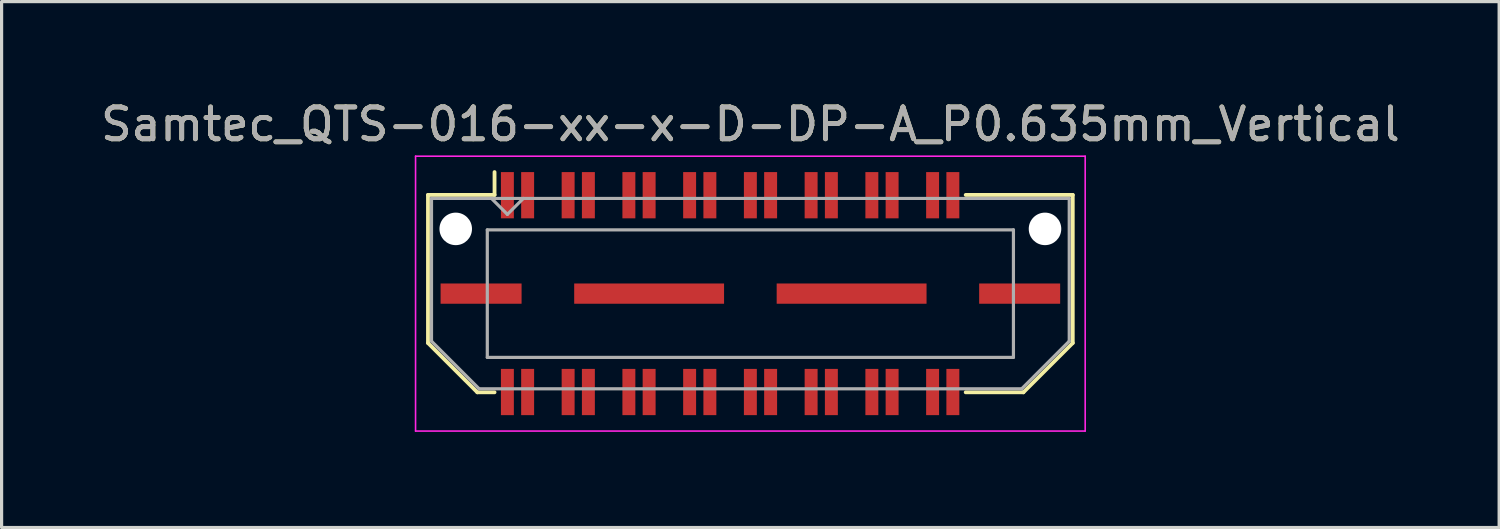
<source format=kicad_pcb>
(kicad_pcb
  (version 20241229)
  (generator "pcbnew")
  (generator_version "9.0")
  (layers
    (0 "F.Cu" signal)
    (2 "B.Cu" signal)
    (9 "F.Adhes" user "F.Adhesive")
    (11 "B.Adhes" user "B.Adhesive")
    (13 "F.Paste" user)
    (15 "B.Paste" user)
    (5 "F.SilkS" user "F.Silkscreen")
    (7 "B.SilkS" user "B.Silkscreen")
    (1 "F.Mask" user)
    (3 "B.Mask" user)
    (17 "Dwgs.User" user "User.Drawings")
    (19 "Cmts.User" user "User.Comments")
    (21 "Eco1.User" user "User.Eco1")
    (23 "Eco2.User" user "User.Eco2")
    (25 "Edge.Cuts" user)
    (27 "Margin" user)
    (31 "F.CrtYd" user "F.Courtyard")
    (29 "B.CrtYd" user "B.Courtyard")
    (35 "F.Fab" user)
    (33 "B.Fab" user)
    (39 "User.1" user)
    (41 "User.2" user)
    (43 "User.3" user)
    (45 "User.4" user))
  (footprint "Samtec_QTS-016-xx-x-D-DP-A_P0.635mm_Vertical"
    (layer "F.Cu")
    (at 20.482 6.158)
    (property "Reference" "Samtec_QTS-016-xx-x-D-DP-A_P0.635mm_Vertical" (at 0 -5.31 0) (layer "F.SilkS") (effects (font (size 1 1) (thickness 0.15))))
    (attr smd)
    (fp_line (start -10.11 -3.095) (end -10.11 1.548) (stroke (width 0.12) (type solid)) (layer "F.SilkS"))
    (fp_line (start -10.11 1.548) (end -8.562 3.095) (stroke (width 0.12) (type solid)) (layer "F.SilkS"))
    (fp_line (start -8.562 3.095) (end -8.023 3.095) (stroke (width 0.12) (type solid)) (layer "F.SilkS"))
    (fp_line (start -8.023 -3.811) (end -8.023 -3.095) (stroke (width 0.12) (type solid)) (layer "F.SilkS"))
    (fp_line (start -8.023 -3.095) (end -10.11 -3.095) (stroke (width 0.12) (type solid)) (layer "F.SilkS"))
    (fp_line (start 6.753 -3.095) (end 10.11 -3.095) (stroke (width 0.12) (type solid)) (layer "F.SilkS"))
    (fp_line (start 8.562 3.095) (end 6.753 3.095) (stroke (width 0.12) (type solid)) (layer "F.SilkS"))
    (fp_line (start 10.11 -3.095) (end 10.11 1.548) (stroke (width 0.12) (type solid)) (layer "F.SilkS"))
    (fp_line (start 10.11 1.548) (end 8.562 3.095) (stroke (width 0.12) (type solid)) (layer "F.SilkS"))
    (fp_line (start -10.5 -4.31) (end -10.5 4.31) (stroke (width 0.05) (type solid)) (layer "F.CrtYd"))
    (fp_line (start -10.5 4.31) (end 10.5 4.31) (stroke (width 0.05) (type solid)) (layer "F.CrtYd"))
    (fp_line (start 10.5 -4.31) (end -10.5 -4.31) (stroke (width 0.05) (type solid)) (layer "F.CrtYd"))
    (fp_line (start 10.5 4.31) (end 10.5 -4.31) (stroke (width 0.05) (type solid)) (layer "F.CrtYd"))
    (fp_line (start -10 -2.985) (end -10 1.492) (stroke (width 0.1) (type solid)) (layer "F.Fab"))
    (fp_line (start -10 -2.985) (end 10 -2.985) (stroke (width 0.1) (type solid)) (layer "F.Fab"))
    (fp_line (start -10 1.492) (end -8.508 2.985) (stroke (width 0.1) (type solid)) (layer "F.Fab"))
    (fp_line (start -8.508 2.985) (end 8.508 2.985) (stroke (width 0.1) (type solid)) (layer "F.Fab"))
    (fp_line (start -8.25 -2) (end -8.25 2) (stroke (width 0.1) (type solid)) (layer "F.Fab"))
    (fp_line (start -8.25 2) (end 8.25 2) (stroke (width 0.1) (type solid)) (layer "F.Fab"))
    (fp_line (start -7.62 -2.485) (end -8.12 -2.985) (stroke (width 0.1) (type solid)) (layer "F.Fab"))
    (fp_line (start -7.12 -2.985) (end -7.62 -2.485) (stroke (width 0.1) (type solid)) (layer "F.Fab"))
    (fp_line (start 8.25 -2) (end -8.25 -2) (stroke (width 0.1) (type solid)) (layer "F.Fab"))
    (fp_line (start 8.25 2) (end 8.25 -2) (stroke (width 0.1) (type solid)) (layer "F.Fab"))
    (fp_line (start 10 -2.985) (end 10 1.492) (stroke (width 0.1) (type solid)) (layer "F.Fab"))
    (fp_line (start 10 1.492) (end 8.508 2.985) (stroke (width 0.1) (type solid)) (layer "F.Fab"))
    (fp_text user "${REFERENCE}" (at 0 -5.31 0) (layer "F.Fab") (effects (font (size 1 1) (thickness 0.15))))
    (pad "" np_thru_hole circle (at -9.24 -2.03) (size 1.02 1.02) (drill 1.02) (layers "*.Cu" "*.Mask"))
    (pad "" np_thru_hole circle (at 9.24 -2.03) (size 1.02 1.02) (drill 1.02) (layers "*.Cu" "*.Mask"))
    (pad "1" smd rect (at -7.62 -3.086) (size 0.406 1.45) (layers "F.Cu" "F.Mask" "F.Paste"))
    (pad "2" smd rect (at -7.62 3.086) (size 0.406 1.45) (layers "F.Cu" "F.Mask" "F.Paste"))
    (pad "3" smd rect (at -6.985 -3.086) (size 0.406 1.45) (layers "F.Cu" "F.Mask" "F.Paste"))
    (pad "4" smd rect (at -6.985 3.086) (size 0.406 1.45) (layers "F.Cu" "F.Mask" "F.Paste"))
    (pad "5" smd rect (at -5.715 -3.086) (size 0.406 1.45) (layers "F.Cu" "F.Mask" "F.Paste"))
    (pad "6" smd rect (at -5.715 3.086) (size 0.406 1.45) (layers "F.Cu" "F.Mask" "F.Paste"))
    (pad "7" smd rect (at -5.08 -3.086) (size 0.406 1.45) (layers "F.Cu" "F.Mask" "F.Paste"))
    (pad "8" smd rect (at -5.08 3.086) (size 0.406 1.45) (layers "F.Cu" "F.Mask" "F.Paste"))
    (pad "9" smd rect (at -3.81 -3.086) (size 0.406 1.45) (layers "F.Cu" "F.Mask" "F.Paste"))
    (pad "10" smd rect (at -3.81 3.086) (size 0.406 1.45) (layers "F.Cu" "F.Mask" "F.Paste"))
    (pad "11" smd rect (at -3.175 -3.086) (size 0.406 1.45) (layers "F.Cu" "F.Mask" "F.Paste"))
    (pad "12" smd rect (at -3.175 3.086) (size 0.406 1.45) (layers "F.Cu" "F.Mask" "F.Paste"))
    (pad "13" smd rect (at -1.905 -3.086) (size 0.406 1.45) (layers "F.Cu" "F.Mask" "F.Paste"))
    (pad "14" smd rect (at -1.905 3.086) (size 0.406 1.45) (layers "F.Cu" "F.Mask" "F.Paste"))
    (pad "15" smd rect (at -1.27 -3.086) (size 0.406 1.45) (layers "F.Cu" "F.Mask" "F.Paste"))
    (pad "16" smd rect (at -1.27 3.086) (size 0.406 1.45) (layers "F.Cu" "F.Mask" "F.Paste"))
    (pad "17" smd rect (at 0 -3.086) (size 0.406 1.45) (layers "F.Cu" "F.Mask" "F.Paste"))
    (pad "18" smd rect (at 0 3.086) (size 0.406 1.45) (layers "F.Cu" "F.Mask" "F.Paste"))
    (pad "19" smd rect (at 0.635 -3.086) (size 0.406 1.45) (layers "F.Cu" "F.Mask" "F.Paste"))
    (pad "20" smd rect (at 0.635 3.086) (size 0.406 1.45) (layers "F.Cu" "F.Mask" "F.Paste"))
    (pad "21" smd rect (at 1.905 -3.086) (size 0.406 1.45) (layers "F.Cu" "F.Mask" "F.Paste"))
    (pad "22" smd rect (at 1.905 3.086) (size 0.406 1.45) (layers "F.Cu" "F.Mask" "F.Paste"))
    (pad "23" smd rect (at 2.54 -3.086) (size 0.406 1.45) (layers "F.Cu" "F.Mask" "F.Paste"))
    (pad "24" smd rect (at 2.54 3.086) (size 0.406 1.45) (layers "F.Cu" "F.Mask" "F.Paste"))
    (pad "25" smd rect (at 3.81 -3.086) (size 0.406 1.45) (layers "F.Cu" "F.Mask" "F.Paste"))
    (pad "26" smd rect (at 3.81 3.086) (size 0.406 1.45) (layers "F.Cu" "F.Mask" "F.Paste"))
    (pad "27" smd rect (at 4.445 -3.086) (size 0.406 1.45) (layers "F.Cu" "F.Mask" "F.Paste"))
    (pad "28" smd rect (at 4.445 3.086) (size 0.406 1.45) (layers "F.Cu" "F.Mask" "F.Paste"))
    (pad "29" smd rect (at 5.715 -3.086) (size 0.406 1.45) (layers "F.Cu" "F.Mask" "F.Paste"))
    (pad "30" smd rect (at 5.715 3.086) (size 0.406 1.45) (layers "F.Cu" "F.Mask" "F.Paste"))
    (pad "31" smd rect (at 6.35 -3.086) (size 0.406 1.45) (layers "F.Cu" "F.Mask" "F.Paste"))
    (pad "32" smd rect (at 6.35 3.086) (size 0.406 1.45) (layers "F.Cu" "F.Mask" "F.Paste"))
    (pad "33" smd rect (at -8.445 0) (size 2.54 0.635) (layers "F.Cu" "F.Mask" "F.Paste"))
    (pad "34" smd rect (at -3.175 0) (size 4.7 0.635) (layers "F.Cu" "F.Mask" "F.Paste"))
    (pad "35" smd rect (at 3.175 0) (size 4.7 0.635) (layers "F.Cu" "F.Mask" "F.Paste"))
    (pad "36" smd rect (at 8.445 0) (size 2.54 0.635) (layers "F.Cu" "F.Mask" "F.Paste")))
  (gr_rect
    (start -3 -3)
    (end 43.964 13.493)
    (stroke (width 0.1) (type default))
    (fill no)
    (layer "Edge.Cuts")))
</source>
